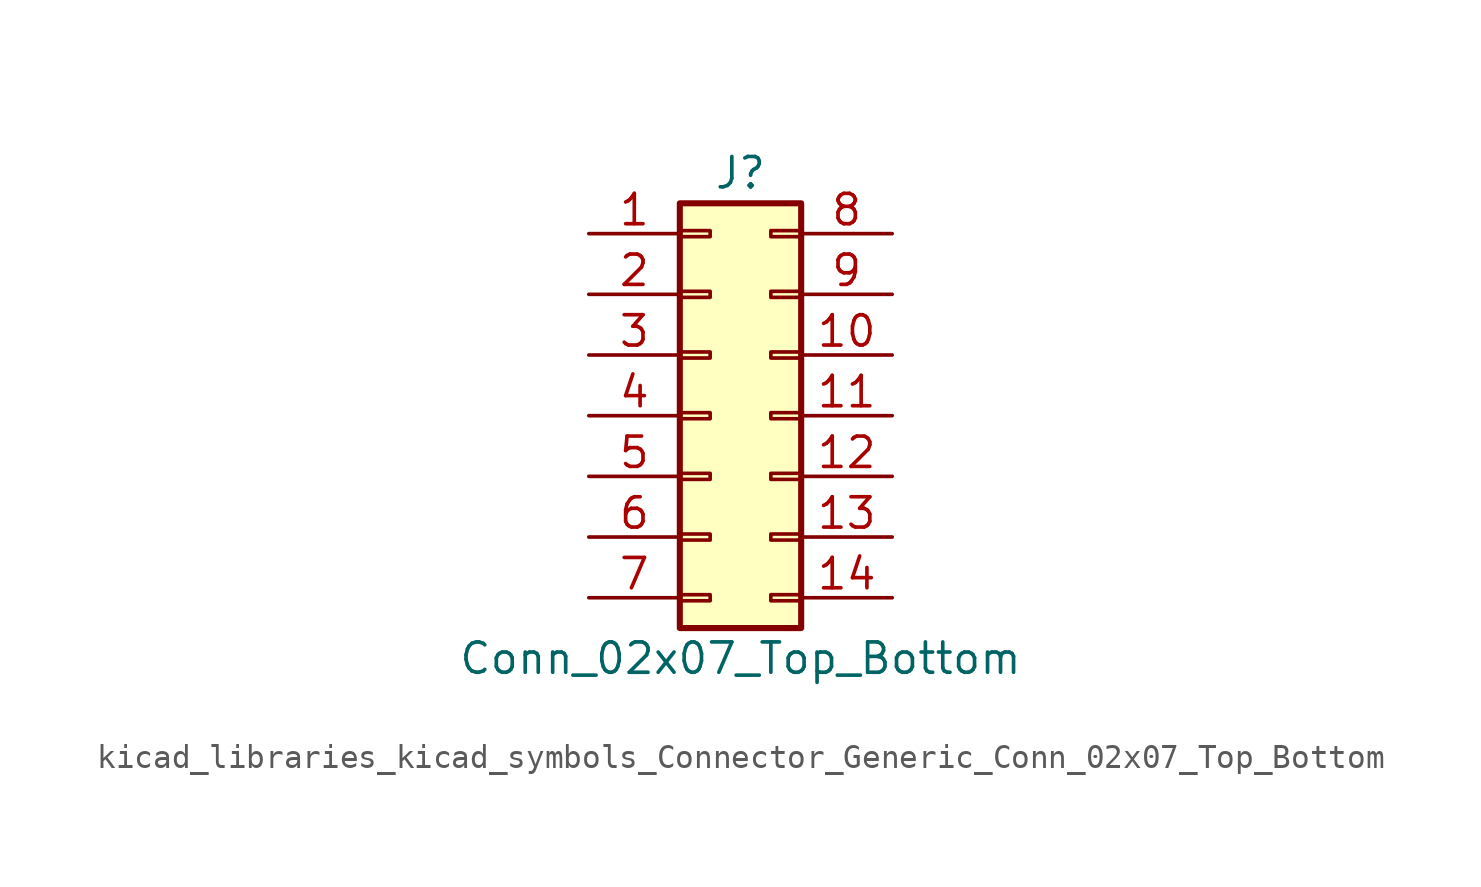
<source format=kicad_sym>
(kicad_symbol_lib
  (version 20220914)
  (generator kicad_symbol_editor)
  (symbol "kicad_libraries_kicad_symbols_Connector_Generic_Conn_02x07_Top_Bottom"
    (pin_names
      (offset 1.016) hide)
    (property "Reference" "J"
      (at 1.27 10.16 0)
      (effects (font (size 1.27 1.27))))
    (property "Value" "Conn_02x07_Top_Bottom"
      (at 1.27 -10.16 0)
      (effects (font (size 1.27 1.27))))
    (symbol "kicad_libraries_kicad_symbols_Connector_Generic_Conn_02x07_Top_Bottom_1_1"
      (rectangle (start -1.27 -7.493) (end 0 -7.747) (stroke (width 0.152) (type default)) (fill (type none)))
      (rectangle (start -1.27 -4.953) (end 0 -5.207) (stroke (width 0.152) (type default)) (fill (type none)))
      (rectangle (start -1.27 -2.413) (end 0 -2.667) (stroke (width 0.152) (type default)) (fill (type none)))
      (rectangle (start -1.27 0.127) (end 0 -0.127) (stroke (width 0.152) (type default)) (fill (type none)))
      (rectangle (start -1.27 2.667) (end 0 2.413) (stroke (width 0.152) (type default)) (fill (type none)))
      (rectangle (start -1.27 5.207) (end 0 4.953) (stroke (width 0.152) (type default)) (fill (type none)))
      (rectangle (start -1.27 7.747) (end 0 7.493) (stroke (width 0.152) (type default)) (fill (type none)))
      (rectangle (start -1.27 8.89) (end 3.81 -8.89) (stroke (width 0.254) (type default)) (fill (type background)))
      (rectangle (start 3.81 -7.493) (end 2.54 -7.747) (stroke (width 0.152) (type default)) (fill (type none)))
      (rectangle (start 3.81 -4.953) (end 2.54 -5.207) (stroke (width 0.152) (type default)) (fill (type none)))
      (rectangle (start 3.81 -2.413) (end 2.54 -2.667) (stroke (width 0.152) (type default)) (fill (type none)))
      (rectangle (start 3.81 0.127) (end 2.54 -0.127) (stroke (width 0.152) (type default)) (fill (type none)))
      (rectangle (start 3.81 2.667) (end 2.54 2.413) (stroke (width 0.152) (type default)) (fill (type none)))
      (rectangle (start 3.81 5.207) (end 2.54 4.953) (stroke (width 0.152) (type default)) (fill (type none)))
      (rectangle (start 3.81 7.747) (end 2.54 7.493) (stroke (width 0.152) (type default)) (fill (type none)))
      (pin passive line (at -5.08 7.62 0) (length 3.81) (name "Pin_1" (effects (font (size 1.27 1.27)))) (number "1" (effects (font (size 1.27 1.27)))))
      (pin passive line (at 7.62 2.54 180) (length 3.81) (name "Pin_10" (effects (font (size 1.27 1.27)))) (number "10" (effects (font (size 1.27 1.27)))))
      (pin passive line (at 7.62 0 180) (length 3.81) (name "Pin_11" (effects (font (size 1.27 1.27)))) (number "11" (effects (font (size 1.27 1.27)))))
      (pin passive line (at 7.62 -2.54 180) (length 3.81) (name "Pin_12" (effects (font (size 1.27 1.27)))) (number "12" (effects (font (size 1.27 1.27)))))
      (pin passive line (at 7.62 -5.08 180) (length 3.81) (name "Pin_13" (effects (font (size 1.27 1.27)))) (number "13" (effects (font (size 1.27 1.27)))))
      (pin passive line (at 7.62 -7.62 180) (length 3.81) (name "Pin_14" (effects (font (size 1.27 1.27)))) (number "14" (effects (font (size 1.27 1.27)))))
      (pin passive line (at -5.08 5.08 0) (length 3.81) (name "Pin_2" (effects (font (size 1.27 1.27)))) (number "2" (effects (font (size 1.27 1.27)))))
      (pin passive line (at -5.08 2.54 0) (length 3.81) (name "Pin_3" (effects (font (size 1.27 1.27)))) (number "3" (effects (font (size 1.27 1.27)))))
      (pin passive line (at -5.08 0 0) (length 3.81) (name "Pin_4" (effects (font (size 1.27 1.27)))) (number "4" (effects (font (size 1.27 1.27)))))
      (pin passive line (at -5.08 -2.54 0) (length 3.81) (name "Pin_5" (effects (font (size 1.27 1.27)))) (number "5" (effects (font (size 1.27 1.27)))))
      (pin passive line (at -5.08 -5.08 0) (length 3.81) (name "Pin_6" (effects (font (size 1.27 1.27)))) (number "6" (effects (font (size 1.27 1.27)))))
      (pin passive line (at -5.08 -7.62 0) (length 3.81) (name "Pin_7" (effects (font (size 1.27 1.27)))) (number "7" (effects (font (size 1.27 1.27)))))
      (pin passive line (at 7.62 7.62 180) (length 3.81) (name "Pin_8" (effects (font (size 1.27 1.27)))) (number "8" (effects (font (size 1.27 1.27)))))
      (pin passive line (at 7.62 5.08 180) (length 3.81) (name "Pin_9" (effects (font (size 1.27 1.27)))) (number "9" (effects (font (size 1.27 1.27))))))))
</source>
